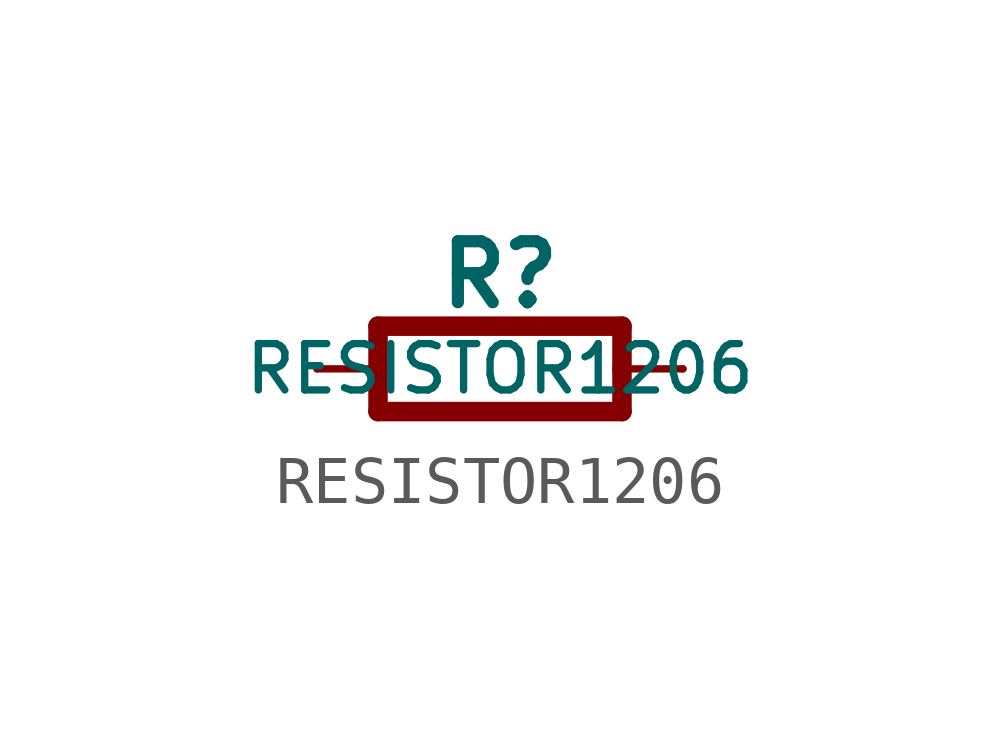
<source format=kicad_sym>
(kicad_symbol_lib
  (version 20211014)
  (generator kicad_symbol_editor)
  (symbol "RESISTOR1206"
    (property "Reference" "R"
      (at 1.27 1.219 0)
      (effects (font (size 1.27 1.27) bold) (justify bottom)))
    (property "Value" "RESISTOR1206"
      (at 1.27 0 0)
      (effects (font (size 0.965 0.965))))
    (property "ki_locked" ""
      (at 0 0 0)
      (effects (font (size 1.27 1.27))))
    (symbol "RESISTOR1206_1_0"
      (polyline (pts (xy -1.27 -0.889) (xy -1.27 0)) (stroke (width 0.406) (type default) (color 0 0 0 0)) (fill (type none)))
      (polyline (pts (xy -1.27 -0.889) (xy 3.81 -0.889)) (stroke (width 0.406) (type default) (color 0 0 0 0)) (fill (type none)))
      (polyline (pts (xy -1.27 0) (xy -2.54 0)) (stroke (width 0.152) (type default) (color 0 0 0 0)) (fill (type none)))
      (polyline (pts (xy -1.27 0) (xy -1.27 0.889)) (stroke (width 0.406) (type default) (color 0 0 0 0)) (fill (type none)))
      (polyline (pts (xy 3.81 -0.889) (xy 3.81 0)) (stroke (width 0.406) (type default) (color 0 0 0 0)) (fill (type none)))
      (polyline (pts (xy 3.81 0) (xy 3.81 0.889)) (stroke (width 0.406) (type default) (color 0 0 0 0)) (fill (type none)))
      (polyline (pts (xy 3.81 0) (xy 5.08 0)) (stroke (width 0.152) (type default) (color 0 0 0 0)) (fill (type none)))
      (polyline (pts (xy 3.81 0.889) (xy -1.27 0.889)) (stroke (width 0.406) (type default) (color 0 0 0 0)) (fill (type none)))
      (pin passive line (at -2.54 0 0) (length 0) (name "1" (effects (font (size 0 0)))) (number "1" (effects (font (size 0 0)))))
      (pin passive line (at 5.08 0 180) (length 0) (name "2" (effects (font (size 0 0)))) (number "2" (effects (font (size 0 0))))))))
</source>
